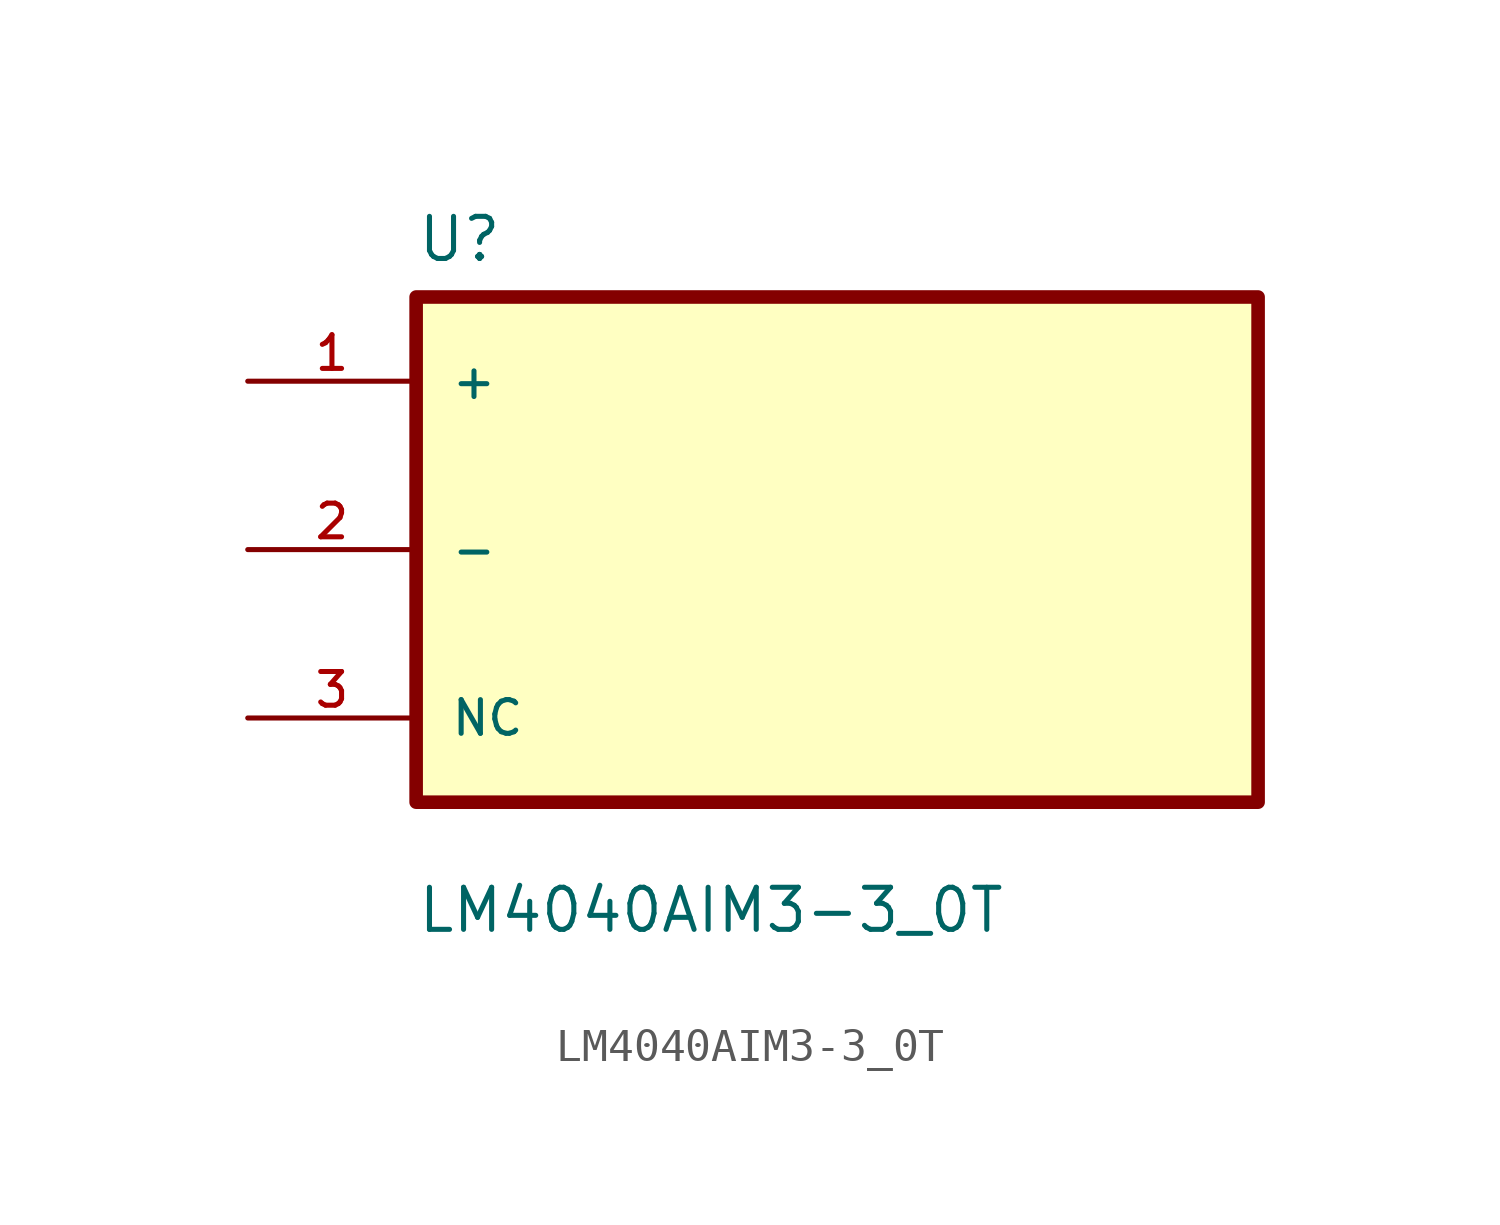
<source format=kicad_sym>
(kicad_symbol_lib
  (version 20211014)
  (generator kicad_symbol_editor)
  (symbol "LM4040AIM3-3_0T"
    (pin_names
      (offset 1.016))
    (property "Reference" "U"
      (at -12.7 8.62 0.0)
      (effects (font (size 1.27 1.27)) (justify bottom left)))
    (property "Value" "LM4040AIM3-3_0T"
      (at -12.7 -11.62 0.0)
      (effects (font (size 1.27 1.27)) (justify bottom left)))
    (symbol "LM4040AIM3-3_0T_0_0"
      (rectangle (start -12.7 -7.62) (end 12.7 7.62) (stroke (width 0.41)) (fill (type background)))
      (pin bidirectional line (at -17.78 5.08 0) (length 5.08) (name "+" (effects (font (size 1.016 1.016)))) (number "1" (effects (font (size 1.016 1.016)))))
      (pin bidirectional line (at -17.78 0.0 0) (length 5.08) (name "-" (effects (font (size 1.016 1.016)))) (number "2" (effects (font (size 1.016 1.016)))))
      (pin bidirectional line (at -17.78 -5.08 0) (length 5.08) (name "NC" (effects (font (size 1.016 1.016)))) (number "3" (effects (font (size 1.016 1.016))))))))
</source>
